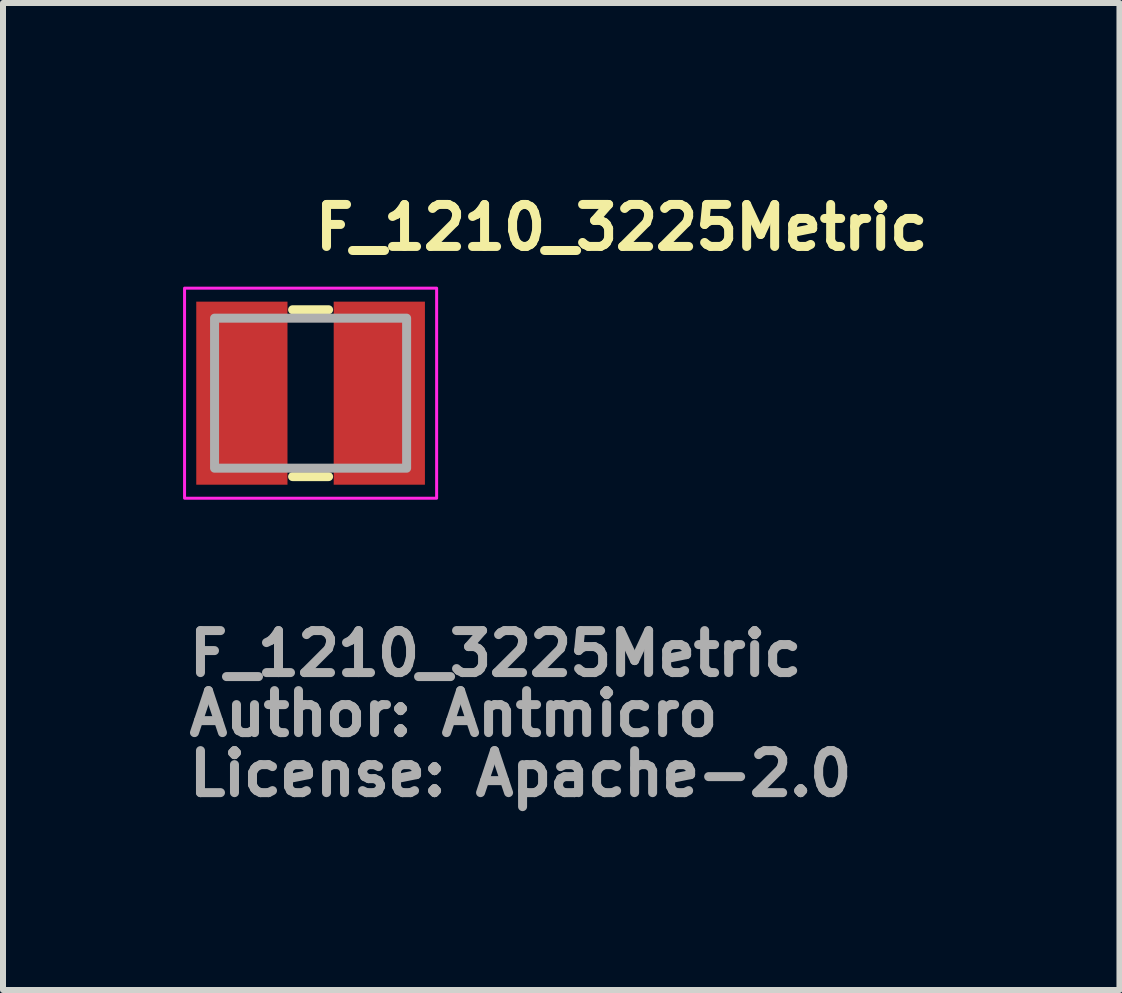
<source format=kicad_pcb>
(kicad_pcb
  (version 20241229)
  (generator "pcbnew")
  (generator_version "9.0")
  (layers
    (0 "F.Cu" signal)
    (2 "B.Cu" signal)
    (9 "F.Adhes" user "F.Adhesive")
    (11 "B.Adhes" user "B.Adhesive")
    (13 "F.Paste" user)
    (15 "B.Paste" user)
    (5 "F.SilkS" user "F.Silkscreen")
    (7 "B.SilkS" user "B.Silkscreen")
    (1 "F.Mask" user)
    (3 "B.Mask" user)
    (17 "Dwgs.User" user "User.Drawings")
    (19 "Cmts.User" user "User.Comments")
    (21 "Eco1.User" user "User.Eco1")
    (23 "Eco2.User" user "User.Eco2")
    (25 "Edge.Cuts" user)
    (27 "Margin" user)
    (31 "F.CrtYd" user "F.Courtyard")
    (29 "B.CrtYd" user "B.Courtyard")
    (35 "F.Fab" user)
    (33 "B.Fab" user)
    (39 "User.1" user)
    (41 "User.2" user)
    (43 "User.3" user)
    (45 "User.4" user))
  (footprint "F_1210_3225Metric"
    (layer "F.Cu")
    (at 2.125 3.501)
    (property "Reference" "F_1210_3225Metric" (at 0 -2.351 0) (layer "F.SilkS") (effects (font (size 0.7 0.7) (thickness 0.15)) (justify left bottom)))
    (attr smd)
    (fp_line (start -0.3 -1.39) (end 0.3 -1.39) (stroke (width 0.15) (type solid)) (layer "F.SilkS"))
    (fp_line (start -0.3 1.39) (end 0.3 1.39) (stroke (width 0.15) (type solid)) (layer "F.SilkS"))
    (fp_rect (start -2.1 -1.75) (end 2.1 1.75) (stroke (width 0.05) (type solid)) (fill no) (layer "F.CrtYd"))
    (fp_rect (start -1.6 -1.25) (end 1.6 1.25) (stroke (width 0.15) (type solid)) (fill no) (layer "F.Fab"))
    (fp_rect (start -1.6 -1.25) (end 1.6 1.25) (stroke (width 0.1) (type solid)) (fill no) (layer "User.5"))
    (fp_line (start -1.601 -1.246) (end -1.601 -1.244) (stroke (width 0.02) (type solid)) (layer "User.9"))
    (fp_line (start -1.601 -1.244) (end -1.601 -1.244) (stroke (width 0.02) (type solid)) (layer "User.9"))
    (fp_line (start -1.601 -1.244) (end -1.601 -1.244) (stroke (width 0.02) (type solid)) (layer "User.9"))
    (fp_line (start -1.601 -1.244) (end -1.601 -1.244) (stroke (width 0.02) (type solid)) (layer "User.9"))
    (fp_line (start -1.601 -1.244) (end -1.601 -1.244) (stroke (width 0.02) (type solid)) (layer "User.9"))
    (fp_line (start -1.601 -1.244) (end -1.601 -1.242) (stroke (width 0.02) (type solid)) (layer "User.9"))
    (fp_line (start -1.601 -1.242) (end -1.601 -1.242) (stroke (width 0.02) (type solid)) (layer "User.9"))
    (fp_line (start -1.601 -1.242) (end -1.601 -1.242) (stroke (width 0.02) (type solid)) (layer "User.9"))
    (fp_line (start -1.601 -1.242) (end -1.601 -1.24) (stroke (width 0.02) (type solid)) (layer "User.9"))
    (fp_line (start -1.601 -1.24) (end -1.601 -1.24) (stroke (width 0.02) (type solid)) (layer "User.9"))
    (fp_line (start -1.601 -1.24) (end -1.601 -1.24) (stroke (width 0.02) (type solid)) (layer "User.9"))
    (fp_line (start -1.601 -1.24) (end -1.601 -1.24) (stroke (width 0.02) (type solid)) (layer "User.9"))
    (fp_line (start -1.601 -1.24) (end -1.601 -1.24) (stroke (width 0.02) (type solid)) (layer "User.9"))
    (fp_line (start -1.601 -1.24) (end -1.601 -1.238) (stroke (width 0.02) (type solid)) (layer "User.9"))
    (fp_line (start -1.601 -1.24) (end -1.601 1.239) (stroke (width 0.02) (type solid)) (layer "User.9"))
    (fp_line (start -1.601 -1.238) (end -1.601 -1.238) (stroke (width 0.02) (type solid)) (layer "User.9"))
    (fp_line (start -1.601 -1.238) (end -1.601 -1.238) (stroke (width 0.02) (type solid)) (layer "User.9"))
    (fp_line (start -1.601 -1.238) (end -1.601 -1.238) (stroke (width 0.02) (type solid)) (layer "User.9"))
    (fp_line (start -1.601 -1.238) (end -1.601 -1.238) (stroke (width 0.02) (type solid)) (layer "User.9"))
    (fp_line (start -1.601 -1.238) (end -1.601 -1.236) (stroke (width 0.02) (type solid)) (layer "User.9"))
    (fp_line (start -1.601 -1.236) (end -1.599 -1.236) (stroke (width 0.02) (type solid)) (layer "User.9"))
    (fp_line (start -1.601 1.235) (end -1.601 1.235) (stroke (width 0.02) (type solid)) (layer "User.9"))
    (fp_line (start -1.601 1.235) (end -1.601 1.235) (stroke (width 0.02) (type solid)) (layer "User.9"))
    (fp_line (start -1.601 1.235) (end -1.601 1.237) (stroke (width 0.02) (type solid)) (layer "User.9"))
    (fp_line (start -1.601 1.237) (end -1.601 1.237) (stroke (width 0.02) (type solid)) (layer "User.9"))
    (fp_line (start -1.601 1.237) (end -1.601 1.237) (stroke (width 0.02) (type solid)) (layer "User.9"))
    (fp_line (start -1.601 1.237) (end -1.601 1.237) (stroke (width 0.02) (type solid)) (layer "User.9"))
    (fp_line (start -1.601 1.237) (end -1.601 1.237) (stroke (width 0.02) (type solid)) (layer "User.9"))
    (fp_line (start -1.601 1.237) (end -1.601 1.239) (stroke (width 0.02) (type solid)) (layer "User.9"))
    (fp_line (start -1.601 1.239) (end -1.601 1.239) (stroke (width 0.02) (type solid)) (layer "User.9"))
    (fp_line (start -1.601 1.239) (end -1.601 1.239) (stroke (width 0.02) (type solid)) (layer "User.9"))
    (fp_line (start -1.601 1.239) (end -1.601 1.239) (stroke (width 0.02) (type solid)) (layer "User.9"))
    (fp_line (start -1.601 1.239) (end -1.601 1.241) (stroke (width 0.02) (type solid)) (layer "User.9"))
    (fp_line (start -1.601 1.241) (end -1.601 1.241) (stroke (width 0.02) (type solid)) (layer "User.9"))
    (fp_line (start -1.601 1.241) (end -1.601 1.241) (stroke (width 0.02) (type solid)) (layer "User.9"))
    (fp_line (start -1.601 1.241) (end -1.601 1.241) (stroke (width 0.02) (type solid)) (layer "User.9"))
    (fp_line (start -1.601 1.241) (end -1.601 1.241) (stroke (width 0.02) (type solid)) (layer "User.9"))
    (fp_line (start -1.601 1.241) (end -1.601 1.243) (stroke (width 0.02) (type solid)) (layer "User.9"))
    (fp_line (start -1.601 1.243) (end -1.601 1.243) (stroke (width 0.02) (type solid)) (layer "User.9"))
    (fp_line (start -1.601 1.243) (end -1.601 1.243) (stroke (width 0.02) (type solid)) (layer "User.9"))
    (fp_line (start -1.601 1.243) (end -1.599 1.243) (stroke (width 0.02) (type solid)) (layer "User.9"))
    (fp_line (start -1.599 -1.248) (end -1.599 -1.248) (stroke (width 0.02) (type solid)) (layer "User.9"))
    (fp_line (start -1.599 -1.248) (end -1.599 -1.248) (stroke (width 0.02) (type solid)) (layer "User.9"))
    (fp_line (start -1.599 -1.248) (end -1.599 -1.246) (stroke (width 0.02) (type solid)) (layer "User.9"))
    (fp_line (start -1.599 -1.246) (end -1.601 -1.246) (stroke (width 0.02) (type solid)) (layer "User.9"))
    (fp_line (start -1.599 -1.246) (end -1.599 -1.246) (stroke (width 0.02) (type solid)) (layer "User.9"))
    (fp_line (start -1.599 -1.246) (end -1.599 -1.246) (stroke (width 0.02) (type solid)) (layer "User.9"))
    (fp_line (start -1.599 -1.246) (end -1.599 -1.246) (stroke (width 0.02) (type solid)) (layer "User.9"))
    (fp_line (start -1.599 -1.236) (end -1.599 -1.236) (stroke (width 0.02) (type solid)) (layer "User.9"))
    (fp_line (start -1.599 -1.236) (end -1.599 -1.236) (stroke (width 0.02) (type solid)) (layer "User.9"))
    (fp_line (start -1.599 -1.236) (end -1.599 -1.236) (stroke (width 0.02) (type solid)) (layer "User.9"))
    (fp_line (start -1.599 -1.236) (end -1.599 -1.234) (stroke (width 0.02) (type solid)) (layer "User.9"))
    (fp_line (start -1.599 -1.234) (end -1.599 -1.234) (stroke (width 0.02) (type solid)) (layer "User.9"))
    (fp_line (start -1.599 -1.234) (end -1.599 -1.234) (stroke (width 0.02) (type solid)) (layer "User.9"))
    (fp_line (start -1.599 -1.234) (end -1.597 -1.234) (stroke (width 0.02) (type solid)) (layer "User.9"))
    (fp_line (start -1.599 1.231) (end -1.599 1.233) (stroke (width 0.02) (type solid)) (layer "User.9"))
    (fp_line (start -1.599 1.233) (end -1.599 1.233) (stroke (width 0.02) (type solid)) (layer "User.9"))
    (fp_line (start -1.599 1.233) (end -1.599 1.233) (stroke (width 0.02) (type solid)) (layer "User.9"))
    (fp_line (start -1.599 1.233) (end -1.599 1.233) (stroke (width 0.02) (type solid)) (layer "User.9"))
    (fp_line (start -1.599 1.233) (end -1.599 1.233) (stroke (width 0.02) (type solid)) (layer "User.9"))
    (fp_line (start -1.599 1.233) (end -1.599 1.235) (stroke (width 0.02) (type solid)) (layer "User.9"))
    (fp_line (start -1.599 1.235) (end -1.601 1.235) (stroke (width 0.02) (type solid)) (layer "User.9"))
    (fp_line (start -1.599 1.243) (end -1.599 1.245) (stroke (width 0.02) (type solid)) (layer "User.9"))
    (fp_line (start -1.599 1.245) (end -1.599 1.245) (stroke (width 0.02) (type solid)) (layer "User.9"))
    (fp_line (start -1.599 1.245) (end -1.599 1.245) (stroke (width 0.02) (type solid)) (layer "User.9"))
    (fp_line (start -1.599 1.245) (end -1.599 1.245) (stroke (width 0.02) (type solid)) (layer "User.9"))
    (fp_line (start -1.599 1.245) (end -1.599 1.245) (stroke (width 0.02) (type solid)) (layer "User.9"))
    (fp_line (start -1.599 1.245) (end -1.599 1.247) (stroke (width 0.02) (type solid)) (layer "User.9"))
    (fp_line (start -1.599 1.247) (end -1.597 1.247) (stroke (width 0.02) (type solid)) (layer "User.9"))
    (fp_line (start -1.597 -1.25) (end -1.597 -1.25) (stroke (width 0.02) (type solid)) (layer "User.9"))
    (fp_line (start -1.597 -1.25) (end -1.597 -1.25) (stroke (width 0.02) (type solid)) (layer "User.9"))
    (fp_line (start -1.597 -1.25) (end -1.597 -1.248) (stroke (width 0.02) (type solid)) (layer "User.9"))
    (fp_line (start -1.597 -1.248) (end -1.599 -1.248) (stroke (width 0.02) (type solid)) (layer "User.9"))
    (fp_line (start -1.597 -1.248) (end -1.597 -1.248) (stroke (width 0.02) (type solid)) (layer "User.9"))
    (fp_line (start -1.597 -1.234) (end -1.597 -1.234) (stroke (width 0.02) (type solid)) (layer "User.9"))
    (fp_line (start -1.597 -1.234) (end -1.597 -1.232) (stroke (width 0.02) (type solid)) (layer "User.9"))
    (fp_line (start -1.597 -1.232) (end -1.597 -1.232) (stroke (width 0.02) (type solid)) (layer "User.9"))
    (fp_line (start -1.597 -1.232) (end -1.597 -1.232) (stroke (width 0.02) (type solid)) (layer "User.9"))
    (fp_line (start -1.597 -1.232) (end -1.595 -1.232) (stroke (width 0.02) (type solid)) (layer "User.9"))
    (fp_line (start -1.597 1.231) (end -1.599 1.231) (stroke (width 0.02) (type solid)) (layer "User.9"))
    (fp_line (start -1.597 1.231) (end -1.597 1.231) (stroke (width 0.02) (type solid)) (layer "User.9"))
    (fp_line (start -1.597 1.231) (end -1.597 1.231) (stroke (width 0.02) (type solid)) (layer "User.9"))
    (fp_line (start -1.597 1.231) (end -1.597 1.231) (stroke (width 0.02) (type solid)) (layer "User.9"))
    (fp_line (start -1.597 1.231) (end -1.597 1.231) (stroke (width 0.02) (type solid)) (layer "User.9"))
    (fp_line (start -1.597 1.247) (end -1.597 1.247) (stroke (width 0.02) (type solid)) (layer "User.9"))
    (fp_line (start -1.597 1.247) (end -1.597 1.247) (stroke (width 0.02) (type solid)) (layer "User.9"))
    (fp_line (start -1.597 1.247) (end -1.597 1.247) (stroke (width 0.02) (type solid)) (layer "User.9"))
    (fp_line (start -1.597 1.247) (end -1.597 1.247) (stroke (width 0.02) (type solid)) (layer "User.9"))
    (fp_line (start -1.597 1.247) (end -1.595 1.247) (stroke (width 0.02) (type solid)) (layer "User.9"))
    (fp_line (start -1.595 -1.25) (end -1.597 -1.25) (stroke (width 0.02) (type solid)) (layer "User.9"))
    (fp_line (start -1.595 -1.25) (end -1.595 -1.25) (stroke (width 0.02) (type solid)) (layer "User.9"))
    (fp_line (start -1.595 -1.25) (end -1.595 -1.25) (stroke (width 0.02) (type solid)) (layer "User.9"))
    (fp_line (start -1.595 -1.25) (end -1.595 -1.25) (stroke (width 0.02) (type solid)) (layer "User.9"))
    (fp_line (start -1.595 -1.232) (end -1.595 -1.232) (stroke (width 0.02) (type solid)) (layer "User.9"))
    (fp_line (start -1.595 -1.232) (end -1.595 -1.232) (stroke (width 0.02) (type solid)) (layer "User.9"))
    (fp_line (start -1.595 -1.232) (end -1.595 -1.232) (stroke (width 0.02) (type solid)) (layer "User.9"))
    (fp_line (start -1.595 -1.232) (end -1.593 -1.232) (stroke (width 0.02) (type solid)) (layer "User.9"))
    (fp_line (start -1.595 1.229) (end -1.595 1.229) (stroke (width 0.02) (type solid)) (layer "User.9"))
    (fp_line (start -1.595 1.229) (end -1.595 1.229) (stroke (width 0.02) (type solid)) (layer "User.9"))
    (fp_line (start -1.595 1.229) (end -1.595 1.231) (stroke (width 0.02) (type solid)) (layer "User.9"))
    (fp_line (start -1.595 1.231) (end -1.597 1.231) (stroke (width 0.02) (type solid)) (layer "User.9"))
    (fp_line (start -1.595 1.247) (end -1.595 1.249) (stroke (width 0.02) (type solid)) (layer "User.9"))
    (fp_line (start -1.595 1.249) (end -1.595 1.249) (stroke (width 0.02) (type solid)) (layer "User.9"))
    (fp_line (start -1.595 1.249) (end -1.595 1.249) (stroke (width 0.02) (type solid)) (layer "User.9"))
    (fp_line (start -1.595 1.249) (end -1.593 1.249) (stroke (width 0.02) (type solid)) (layer "User.9"))
    (fp_line (start -1.593 -1.25) (end -1.595 -1.25) (stroke (width 0.02) (type solid)) (layer "User.9"))
    (fp_line (start -1.593 -1.25) (end -1.593 -1.25) (stroke (width 0.02) (type solid)) (layer "User.9"))
    (fp_line (start -1.593 -1.25) (end -1.593 -1.25) (stroke (width 0.02) (type solid)) (layer "User.9"))
    (fp_line (start -1.593 -1.25) (end -1.593 -1.25) (stroke (width 0.02) (type solid)) (layer "User.9"))
    (fp_line (start -1.593 -1.25) (end -1.593 -1.25) (stroke (width 0.02) (type solid)) (layer "User.9"))
    (fp_line (start -1.593 -1.232) (end -1.593 -1.232) (stroke (width 0.02) (type solid)) (layer "User.9"))
    (fp_line (start -1.593 -1.232) (end -1.593 -1.232) (stroke (width 0.02) (type solid)) (layer "User.9"))
    (fp_line (start -1.593 -1.232) (end -1.593 -1.232) (stroke (width 0.02) (type solid)) (layer "User.9"))
    (fp_line (start -1.593 -1.232) (end -1.593 -1.232) (stroke (width 0.02) (type solid)) (layer "User.9"))
    (fp_line (start -1.593 -1.232) (end -1.591 -1.232) (stroke (width 0.02) (type solid)) (layer "User.9"))
    (fp_line (start -1.593 1.229) (end -1.595 1.229) (stroke (width 0.02) (type solid)) (layer "User.9"))
    (fp_line (start -1.593 1.229) (end -1.593 1.229) (stroke (width 0.02) (type solid)) (layer "User.9"))
    (fp_line (start -1.593 1.229) (end -1.593 1.229) (stroke (width 0.02) (type solid)) (layer "User.9"))
    (fp_line (start -1.593 1.229) (end -1.593 1.229) (stroke (width 0.02) (type solid)) (layer "User.9"))
    (fp_line (start -1.593 1.229) (end -1.593 1.229) (stroke (width 0.02) (type solid)) (layer "User.9"))
    (fp_line (start -1.593 1.249) (end -1.593 1.249) (stroke (width 0.02) (type solid)) (layer "User.9"))
    (fp_line (start -1.593 1.249) (end -1.593 1.249) (stroke (width 0.02) (type solid)) (layer "User.9"))
    (fp_line (start -1.593 1.249) (end -1.593 1.249) (stroke (width 0.02) (type solid)) (layer "User.9"))
    (fp_line (start -1.593 1.249) (end -1.593 1.249) (stroke (width 0.02) (type solid)) (layer "User.9"))
    (fp_line (start -1.593 1.249) (end -1.591 1.249) (stroke (width 0.02) (type solid)) (layer "User.9"))
    (fp_line (start -1.591 -1.25) (end -1.593 -1.25) (stroke (width 0.02) (type solid)) (layer "User.9"))
    (fp_line (start -1.591 -1.25) (end -1.591 -1.25) (stroke (width 0.02) (type solid)) (layer "User.9"))
    (fp_line (start -1.591 -1.25) (end -1.591 -1.25) (stroke (width 0.02) (type solid)) (layer "User.9"))
    (fp_line (start -1.591 -1.25) (end -1.591 -1.25) (stroke (width 0.02) (type solid)) (layer "User.9"))
    (fp_line (start -1.591 -1.232) (end -1.591 -1.23) (stroke (width 0.02) (type solid)) (layer "User.9"))
    (fp_line (start -1.591 -1.232) (end -1.589 -1.232) (stroke (width 0.02) (type solid)) (layer "User.9"))
    (fp_line (start -1.591 -1.23) (end -1.591 -1.232) (stroke (width 0.02) (type solid)) (layer "User.9"))
    (fp_line (start -1.591 -1.23) (end -1.591 -1.23) (stroke (width 0.02) (type solid)) (layer "User.9"))
    (fp_line (start -1.591 1.229) (end -1.593 1.229) (stroke (width 0.02) (type solid)) (layer "User.9"))
    (fp_line (start -1.591 1.229) (end -1.591 1.229) (stroke (width 0.02) (type solid)) (layer "User.9"))
    (fp_line (start -1.591 1.229) (end -1.591 1.229) (stroke (width 0.02) (type solid)) (layer "User.9"))
    (fp_line (start -1.591 1.229) (end -1.591 1.229) (stroke (width 0.02) (type solid)) (layer "User.9"))
    (fp_line (start -1.591 1.249) (end -1.591 1.249) (stroke (width 0.02) (type solid)) (layer "User.9"))
    (fp_line (start -1.591 1.249) (end -1.591 1.249) (stroke (width 0.02) (type solid)) (layer "User.9"))
    (fp_line (start -1.591 1.249) (end -1.591 1.249) (stroke (width 0.02) (type solid)) (layer "User.9"))
    (fp_line (start -1.591 1.249) (end -1.589 1.249) (stroke (width 0.02) (type solid)) (layer "User.9"))
    (fp_line (start -1.591 1.249) (end -0.85 1.249) (stroke (width 0.02) (type solid)) (layer "User.9"))
    (fp_line (start -1.589 -1.25) (end -1.591 -1.25) (stroke (width 0.02) (type solid)) (layer "User.9"))
    (fp_line (start -1.589 -1.25) (end -1.589 -1.25) (stroke (width 0.02) (type solid)) (layer "User.9"))
    (fp_line (start -1.589 -1.25) (end -1.589 -1.25) (stroke (width 0.02) (type solid)) (layer "User.9"))
    (fp_line (start -1.589 -1.25) (end -1.589 -1.25) (stroke (width 0.02) (type solid)) (layer "User.9"))
    (fp_line (start -1.589 -1.25) (end -1.589 -1.25) (stroke (width 0.02) (type solid)) (layer "User.9"))
    (fp_line (start -1.589 -1.232) (end -1.589 -1.232) (stroke (width 0.02) (type solid)) (layer "User.9"))
    (fp_line (start -1.589 -1.232) (end -1.589 -1.232) (stroke (width 0.02) (type solid)) (layer "User.9"))
    (fp_line (start -1.589 -1.232) (end -1.589 -1.232) (stroke (width 0.02) (type solid)) (layer "User.9"))
    (fp_line (start -1.589 -1.232) (end -1.589 -1.232) (stroke (width 0.02) (type solid)) (layer "User.9"))
    (fp_line (start -1.589 -1.232) (end -1.587 -1.232) (stroke (width 0.02) (type solid)) (layer "User.9"))
    (fp_line (start -1.589 1.229) (end -1.591 1.229) (stroke (width 0.02) (type solid)) (layer "User.9"))
    (fp_line (start -1.589 1.229) (end -1.589 1.229) (stroke (width 0.02) (type solid)) (layer "User.9"))
    (fp_line (start -1.589 1.229) (end -1.589 1.229) (stroke (width 0.02) (type solid)) (layer "User.9"))
    (fp_line (start -1.589 1.229) (end -1.589 1.229) (stroke (width 0.02) (type solid)) (layer "User.9"))
    (fp_line (start -1.589 1.229) (end -1.589 1.229) (stroke (width 0.02) (type solid)) (layer "User.9"))
    (fp_line (start -1.589 1.249) (end -1.589 1.249) (stroke (width 0.02) (type solid)) (layer "User.9"))
    (fp_line (start -1.589 1.249) (end -1.589 1.249) (stroke (width 0.02) (type solid)) (layer "User.9"))
    (fp_line (start -1.589 1.249) (end -1.589 1.249) (stroke (width 0.02) (type solid)) (layer "User.9"))
    (fp_line (start -1.589 1.249) (end -1.589 1.249) (stroke (width 0.02) (type solid)) (layer "User.9"))
    (fp_line (start -1.589 1.249) (end -1.587 1.249) (stroke (width 0.02) (type solid)) (layer "User.9"))
    (fp_line (start -1.587 -1.25) (end -1.589 -1.25) (stroke (width 0.02) (type solid)) (layer "User.9"))
    (fp_line (start -1.587 -1.25) (end -1.587 -1.25) (stroke (width 0.02) (type solid)) (layer "User.9"))
    (fp_line (start -1.587 -1.25) (end -1.587 -1.25) (stroke (width 0.02) (type solid)) (layer "User.9"))
    (fp_line (start -1.587 -1.25) (end -1.587 -1.25) (stroke (width 0.02) (type solid)) (layer "User.9"))
    (fp_line (start -1.587 -1.232) (end -1.587 -1.232) (stroke (width 0.02) (type solid)) (layer "User.9"))
    (fp_line (start -1.587 -1.232) (end -1.587 -1.232) (stroke (width 0.02) (type solid)) (layer "User.9"))
    (fp_line (start -1.587 -1.232) (end -1.587 -1.232) (stroke (width 0.02) (type solid)) (layer "User.9"))
    (fp_line (start -1.587 -1.232) (end -1.585 -1.232) (stroke (width 0.02) (type solid)) (layer "User.9"))
    (fp_line (start -1.587 1.229) (end -1.589 1.229) (stroke (width 0.02) (type solid)) (layer "User.9"))
    (fp_line (start -1.587 1.229) (end -1.587 1.229) (stroke (width 0.02) (type solid)) (layer "User.9"))
    (fp_line (start -1.587 1.229) (end -1.587 1.229) (stroke (width 0.02) (type solid)) (layer "User.9"))
    (fp_line (start -1.587 1.231) (end -1.587 1.229) (stroke (width 0.02) (type solid)) (layer "User.9"))
    (fp_line (start -1.587 1.247) (end -1.585 1.247) (stroke (width 0.02) (type solid)) (layer "User.9"))
    (fp_line (start -1.587 1.249) (end -1.587 1.247) (stroke (width 0.02) (type solid)) (layer "User.9"))
    (fp_line (start -1.587 1.249) (end -1.587 1.249) (stroke (width 0.02) (type solid)) (layer "User.9"))
    (fp_line (start -1.587 1.249) (end -1.587 1.249) (stroke (width 0.02) (type solid)) (layer "User.9"))
    (fp_line (start -1.585 -1.25) (end -1.587 -1.25) (stroke (width 0.02) (type solid)) (layer "User.9"))
    (fp_line (start -1.585 -1.25) (end -1.585 -1.25) (stroke (width 0.02) (type solid)) (layer "User.9"))
    (fp_line (start -1.585 -1.25) (end -1.585 -1.25) (stroke (width 0.02) (type solid)) (layer "User.9"))
    (fp_line (start -1.585 -1.248) (end -1.585 -1.25) (stroke (width 0.02) (type solid)) (layer "User.9"))
    (fp_line (start -1.585 -1.248) (end -1.585 -1.248) (stroke (width 0.02) (type solid)) (layer "User.9"))
    (fp_line (start -1.585 -1.234) (end -1.585 -1.234) (stroke (width 0.02) (type solid)) (layer "User.9"))
    (fp_line (start -1.585 -1.234) (end -1.583 -1.234) (stroke (width 0.02) (type solid)) (layer "User.9"))
    (fp_line (start -1.585 -1.232) (end -1.585 -1.234) (stroke (width 0.02) (type solid)) (layer "User.9"))
    (fp_line (start -1.585 -1.232) (end -1.585 -1.232) (stroke (width 0.02) (type solid)) (layer "User.9"))
    (fp_line (start -1.585 -1.232) (end -1.585 -1.232) (stroke (width 0.02) (type solid)) (layer "User.9"))
    (fp_line (start -1.585 1.231) (end -1.587 1.231) (stroke (width 0.02) (type solid)) (layer "User.9"))
    (fp_line (start -1.585 1.231) (end -1.585 1.231) (stroke (width 0.02) (type solid)) (layer "User.9"))
    (fp_line (start -1.585 1.231) (end -1.585 1.231) (stroke (width 0.02) (type solid)) (layer "User.9"))
    (fp_line (start -1.585 1.231) (end -1.585 1.231) (stroke (width 0.02) (type solid)) (layer "User.9"))
    (fp_line (start -1.585 1.231) (end -1.585 1.231) (stroke (width 0.02) (type solid)) (layer "User.9"))
    (fp_line (start -1.585 1.247) (end -1.585 1.247) (stroke (width 0.02) (type solid)) (layer "User.9"))
    (fp_line (start -1.585 1.247) (end -1.585 1.247) (stroke (width 0.02) (type solid)) (layer "User.9"))
    (fp_line (start -1.585 1.247) (end -1.585 1.247) (stroke (width 0.02) (type solid)) (layer "User.9"))
    (fp_line (start -1.585 1.247) (end -1.585 1.247) (stroke (width 0.02) (type solid)) (layer "User.9"))
    (fp_line (start -1.585 1.247) (end -1.583 1.247) (stroke (width 0.02) (type solid)) (layer "User.9"))
    (fp_line (start -1.583 -1.248) (end -1.585 -1.248) (stroke (width 0.02) (type solid)) (layer "User.9"))
    (fp_line (start -1.583 -1.248) (end -1.583 -1.248) (stroke (width 0.02) (type solid)) (layer "User.9"))
    (fp_line (start -1.583 -1.248) (end -1.583 -1.248) (stroke (width 0.02) (type solid)) (layer "User.9"))
    (fp_line (start -1.583 -1.246) (end -1.583 -1.248) (stroke (width 0.02) (type solid)) (layer "User.9"))
    (fp_line (start -1.583 -1.246) (end -1.583 -1.246) (stroke (width 0.02) (type solid)) (layer "User.9"))
    (fp_line (start -1.583 -1.246) (end -1.583 -1.246) (stroke (width 0.02) (type solid)) (layer "User.9"))
    (fp_line (start -1.583 -1.246) (end -1.583 -1.246) (stroke (width 0.02) (type solid)) (layer "User.9"))
    (fp_line (start -1.583 -1.236) (end -1.583 -1.236) (stroke (width 0.02) (type solid)) (layer "User.9"))
    (fp_line (start -1.583 -1.236) (end -1.583 -1.236) (stroke (width 0.02) (type solid)) (layer "User.9"))
    (fp_line (start -1.583 -1.236) (end -1.583 -1.236) (stroke (width 0.02) (type solid)) (layer "User.9"))
    (fp_line (start -1.583 -1.236) (end -1.581 -1.236) (stroke (width 0.02) (type solid)) (layer "User.9"))
    (fp_line (start -1.583 -1.234) (end -1.583 -1.236) (stroke (width 0.02) (type solid)) (layer "User.9"))
    (fp_line (start -1.583 -1.234) (end -1.583 -1.234) (stroke (width 0.02) (type solid)) (layer "User.9"))
    (fp_line (start -1.583 -1.234) (end -1.583 -1.234) (stroke (width 0.02) (type solid)) (layer "User.9"))
    (fp_line (start -1.583 1.231) (end -1.585 1.231) (stroke (width 0.02) (type solid)) (layer "User.9"))
    (fp_line (start -1.583 1.233) (end -1.583 1.231) (stroke (width 0.02) (type solid)) (layer "User.9"))
    (fp_line (start -1.583 1.233) (end -1.583 1.233) (stroke (width 0.02) (type solid)) (layer "User.9"))
    (fp_line (start -1.583 1.233) (end -1.583 1.233) (stroke (width 0.02) (type solid)) (layer "User.9"))
    (fp_line (start -1.583 1.233) (end -1.583 1.233) (stroke (width 0.02) (type solid)) (layer "User.9"))
    (fp_line (start -1.583 1.233) (end -1.583 1.233) (stroke (width 0.02) (type solid)) (layer "User.9"))
    (fp_line (start -1.583 1.235) (end -1.583 1.233) (stroke (width 0.02) (type solid)) (layer "User.9"))
    (fp_line (start -1.583 1.243) (end -1.581 1.243) (stroke (width 0.02) (type solid)) (layer "User.9"))
    (fp_line (start -1.583 1.245) (end -1.583 1.243) (stroke (width 0.02) (type solid)) (layer "User.9"))
    (fp_line (start -1.583 1.245) (end -1.583 1.245) (stroke (width 0.02) (type solid)) (layer "User.9"))
    (fp_line (start -1.583 1.245) (end -1.583 1.245) (stroke (width 0.02) (type solid)) (layer "User.9"))
    (fp_line (start -1.583 1.245) (end -1.583 1.245) (stroke (width 0.02) (type solid)) (layer "User.9"))
    (fp_line (start -1.583 1.245) (end -1.583 1.245) (stroke (width 0.02) (type solid)) (layer "User.9"))
    (fp_line (start -1.583 1.247) (end -1.583 1.245) (stroke (width 0.02) (type solid)) (layer "User.9"))
    (fp_line (start -1.581 -1.246) (end -1.583 -1.246) (stroke (width 0.02) (type solid)) (layer "User.9"))
    (fp_line (start -1.581 -1.244) (end -1.581 -1.246) (stroke (width 0.02) (type solid)) (layer "User.9"))
    (fp_line (start -1.581 -1.244) (end -1.581 -1.244) (stroke (width 0.02) (type solid)) (layer "User.9"))
    (fp_line (start -1.581 -1.244) (end -1.581 -1.244) (stroke (width 0.02) (type solid)) (layer "User.9"))
    (fp_line (start -1.581 -1.244) (end -1.581 -1.244) (stroke (width 0.02) (type solid)) (layer "User.9"))
    (fp_line (start -1.581 -1.244) (end -1.581 -1.244) (stroke (width 0.02) (type solid)) (layer "User.9"))
    (fp_line (start -1.581 -1.242) (end -1.581 -1.244) (stroke (width 0.02) (type solid)) (layer "User.9"))
    (fp_line (start -1.581 -1.242) (end -1.581 -1.242) (stroke (width 0.02) (type solid)) (layer "User.9"))
    (fp_line (start -1.581 -1.242) (end -1.581 -1.242) (stroke (width 0.02) (type solid)) (layer "User.9"))
    (fp_line (start -1.581 -1.24) (end -1.581 -1.242) (stroke (width 0.02) (type solid)) (layer "User.9"))
    (fp_line (start -1.581 -1.24) (end -1.581 -1.24) (stroke (width 0.02) (type solid)) (layer "User.9"))
    (fp_line (start -1.581 -1.24) (end -1.581 -1.24) (stroke (width 0.02) (type solid)) (layer "User.9"))
    (fp_line (start -1.581 -1.24) (end -1.581 -1.24) (stroke (width 0.02) (type solid)) (layer "User.9"))
    (fp_line (start -1.581 -1.24) (end -1.581 -1.24) (stroke (width 0.02) (type solid)) (layer "User.9"))
    (fp_line (start -1.581 -1.24) (end -1.581 -1.24) (stroke (width 0.02) (type solid)) (layer "User.9"))
    (fp_line (start -1.581 -1.238) (end -1.581 -1.24) (stroke (width 0.02) (type solid)) (layer "User.9"))
    (fp_line (start -1.581 -1.238) (end -1.581 -1.238) (stroke (width 0.02) (type solid)) (layer "User.9"))
    (fp_line (start -1.581 -1.238) (end -1.581 -1.238) (stroke (width 0.02) (type solid)) (layer "User.9"))
    (fp_line (start -1.581 -1.238) (end -1.581 -1.238) (stroke (width 0.02) (type solid)) (layer "User.9"))
    (fp_line (start -1.581 -1.238) (end -1.581 -1.238) (stroke (width 0.02) (type solid)) (layer "User.9"))
    (fp_line (start -1.581 -1.236) (end -1.581 -1.238) (stroke (width 0.02) (type solid)) (layer "User.9"))
    (fp_line (start -1.581 1.235) (end -1.583 1.235) (stroke (width 0.02) (type solid)) (layer "User.9"))
    (fp_line (start -1.581 1.235) (end -1.581 1.235) (stroke (width 0.02) (type solid)) (layer "User.9"))
    (fp_line (start -1.581 1.235) (end -1.581 1.235) (stroke (width 0.02) (type solid)) (layer "User.9"))
    (fp_line (start -1.581 1.237) (end -1.581 1.235) (stroke (width 0.02) (type solid)) (layer "User.9"))
    (fp_line (start -1.581 1.237) (end -1.581 1.237) (stroke (width 0.02) (type solid)) (layer "User.9"))
    (fp_line (start -1.581 1.237) (end -1.581 1.237) (stroke (width 0.02) (type solid)) (layer "User.9"))
    (fp_line (start -1.581 1.237) (end -1.581 1.237) (stroke (width 0.02) (type solid)) (layer "User.9"))
    (fp_line (start -1.581 1.237) (end -1.581 1.237) (stroke (width 0.02) (type solid)) (layer "User.9"))
    (fp_line (start -1.581 1.239) (end -1.581 1.237) (stroke (width 0.02) (type solid)) (layer "User.9"))
    (fp_line (start -1.581 1.239) (end -1.581 1.239) (stroke (width 0.02) (type solid)) (layer "User.9"))
    (fp_line (start -1.581 1.239) (end -1.581 1.239) (stroke (width 0.02) (type solid)) (layer "User.9"))
    (fp_line (start -1.581 1.239) (end -1.581 1.239) (stroke (width 0.02) (type solid)) (layer "User.9"))
    (fp_line (start -1.581 1.239) (end -1.581 1.239) (stroke (width 0.02) (type solid)) (layer "User.9"))
    (fp_line (start -1.581 1.241) (end -1.581 1.239) (stroke (width 0.02) (type solid)) (layer "User.9"))
    (fp_line (start -1.581 1.241) (end -1.581 1.241) (stroke (width 0.02) (type solid)) (layer "User.9"))
    (fp_line (start -1.581 1.241) (end -1.581 1.241) (stroke (width 0.02) (type solid)) (layer "User.9"))
    (fp_line (start -1.581 1.241) (end -1.581 1.241) (stroke (width 0.02) (type solid)) (layer "User.9"))
    (fp_line (start -1.581 1.241) (end -1.581 1.241) (stroke (width 0.02) (type solid)) (layer "User.9"))
    (fp_line (start -1.581 1.243) (end -1.581 1.241) (stroke (width 0.02) (type solid)) (layer "User.9"))
    (fp_line (start -1.581 1.243) (end -1.581 1.243) (stroke (width 0.02) (type solid)) (layer "User.9"))
    (fp_line (start -1.581 1.243) (end -1.581 1.243) (stroke (width 0.02) (type solid)) (layer "User.9"))
    (fp_line (start -0.85 -1.25) (end -1.591 -1.25) (stroke (width 0.02) (type solid)) (layer "User.9"))
    (fp_line (start -0.85 -1.24) (end -0.85 -1.25) (stroke (width 0.02) (type solid)) (layer "User.9"))
    (fp_line (start -0.85 1.233) (end 0.848 1.233) (stroke (width 0.02) (type solid)) (layer "User.9"))
    (fp_line (start -0.85 1.239) (end -0.85 -1.24) (stroke (width 0.02) (type solid)) (layer "User.9"))
    (fp_line (start -0.85 1.249) (end -0.85 1.239) (stroke (width 0.02) (type solid)) (layer "User.9"))
    (fp_line (start 0.848 -1.25) (end 0.848 -1.24) (stroke (width 0.02) (type solid)) (layer "User.9"))
    (fp_line (start 0.848 -1.24) (end 0.848 1.239) (stroke (width 0.02) (type solid)) (layer "User.9"))
    (fp_line (start 0.848 -1.236) (end -0.85 -1.236) (stroke (width 0.02) (type solid)) (layer "User.9"))
    (fp_line (start 0.848 1.239) (end 0.848 1.249) (stroke (width 0.02) (type solid)) (layer "User.9"))
    (fp_line (start 0.848 1.249) (end 1.59 1.249) (stroke (width 0.02) (type solid)) (layer "User.9"))
    (fp_line (start 1.58 -1.246) (end 1.58 -1.246) (stroke (width 0.02) (type solid)) (layer "User.9"))
    (fp_line (start 1.58 -1.246) (end 1.58 -1.246) (stroke (width 0.02) (type solid)) (layer "User.9"))
    (fp_line (start 1.58 -1.246) (end 1.58 -1.246) (stroke (width 0.02) (type solid)) (layer "User.9"))
    (fp_line (start 1.58 -1.246) (end 1.58 -1.246) (stroke (width 0.02) (type solid)) (layer "User.9"))
    (fp_line (start 1.58 -1.246) (end 1.58 -1.244) (stroke (width 0.02) (type solid)) (layer "User.9"))
    (fp_line (start 1.58 -1.244) (end 1.58 -1.244) (stroke (width 0.02) (type solid)) (layer "User.9"))
    (fp_line (start 1.58 -1.244) (end 1.58 -1.244) (stroke (width 0.02) (type solid)) (layer "User.9"))
    (fp_line (start 1.58 -1.244) (end 1.58 -1.244) (stroke (width 0.02) (type solid)) (layer "User.9"))
    (fp_line (start 1.58 -1.244) (end 1.58 -1.244) (stroke (width 0.02) (type solid)) (layer "User.9"))
    (fp_line (start 1.58 -1.244) (end 1.58 -1.242) (stroke (width 0.02) (type solid)) (layer "User.9"))
    (fp_line (start 1.58 -1.242) (end 1.58 -1.242) (stroke (width 0.02) (type solid)) (layer "User.9"))
    (fp_line (start 1.58 -1.242) (end 1.58 -1.242) (stroke (width 0.02) (type solid)) (layer "User.9"))
    (fp_line (start 1.58 -1.242) (end 1.58 -1.24) (stroke (width 0.02) (type solid)) (layer "User.9"))
    (fp_line (start 1.58 -1.24) (end 1.58 -1.24) (stroke (width 0.02) (type solid)) (layer "User.9"))
    (fp_line (start 1.58 -1.24) (end 1.58 -1.24) (stroke (width 0.02) (type solid)) (layer "User.9"))
    (fp_line (start 1.58 -1.24) (end 1.58 -1.24) (stroke (width 0.02) (type solid)) (layer "User.9"))
    (fp_line (start 1.58 -1.24) (end 1.58 -1.24) (stroke (width 0.02) (type solid)) (layer "User.9"))
    (fp_line (start 1.58 -1.24) (end 1.58 -1.238) (stroke (width 0.02) (type solid)) (layer "User.9"))
    (fp_line (start 1.58 -1.238) (end 1.58 -1.238) (stroke (width 0.02) (type solid)) (layer "User.9"))
    (fp_line (start 1.58 -1.238) (end 1.58 -1.238) (stroke (width 0.02) (type solid)) (layer "User.9"))
    (fp_line (start 1.58 -1.238) (end 1.58 -1.238) (stroke (width 0.02) (type solid)) (layer "User.9"))
    (fp_line (start 1.58 -1.238) (end 1.58 -1.238) (stroke (width 0.02) (type solid)) (layer "User.9"))
    (fp_line (start 1.58 -1.238) (end 1.58 -1.236) (stroke (width 0.02) (type solid)) (layer "User.9"))
    (fp_line (start 1.58 -1.236) (end 1.58 -1.236) (stroke (width 0.02) (type solid)) (layer "User.9"))
    (fp_line (start 1.58 -1.236) (end 1.58 -1.236) (stroke (width 0.02) (type solid)) (layer "User.9"))
    (fp_line (start 1.58 -1.236) (end 1.58 -1.236) (stroke (width 0.02) (type solid)) (layer "User.9"))
    (fp_line (start 1.58 -1.236) (end 1.58 -1.236) (stroke (width 0.02) (type solid)) (layer "User.9"))
    (fp_line (start 1.58 -1.236) (end 1.582 -1.234) (stroke (width 0.02) (type solid)) (layer "User.9"))
    (fp_line (start 1.58 1.233) (end 1.58 1.233) (stroke (width 0.02) (type solid)) (layer "User.9"))
    (fp_line (start 1.58 1.233) (end 1.58 1.233) (stroke (width 0.02) (type solid)) (layer "User.9"))
    (fp_line (start 1.58 1.233) (end 1.58 1.235) (stroke (width 0.02) (type solid)) (layer "User.9"))
    (fp_line (start 1.58 1.235) (end 1.58 1.235) (stroke (width 0.02) (type solid)) (layer "User.9"))
    (fp_line (start 1.58 1.235) (end 1.58 1.235) (stroke (width 0.02) (type solid)) (layer "User.9"))
    (fp_line (start 1.58 1.235) (end 1.58 1.235) (stroke (width 0.02) (type solid)) (layer "User.9"))
    (fp_line (start 1.58 1.235) (end 1.58 1.237) (stroke (width 0.02) (type solid)) (layer "User.9"))
    (fp_line (start 1.58 1.237) (end 1.58 1.237) (stroke (width 0.02) (type solid)) (layer "User.9"))
    (fp_line (start 1.58 1.237) (end 1.58 1.237) (stroke (width 0.02) (type solid)) (layer "User.9"))
    (fp_line (start 1.58 1.237) (end 1.58 1.237) (stroke (width 0.02) (type solid)) (layer "User.9"))
    (fp_line (start 1.58 1.237) (end 1.58 1.237) (stroke (width 0.02) (type solid)) (layer "User.9"))
    (fp_line (start 1.58 1.237) (end 1.58 1.239) (stroke (width 0.02) (type solid)) (layer "User.9"))
    (fp_line (start 1.58 1.239) (end 1.58 1.239) (stroke (width 0.02) (type solid)) (layer "User.9"))
    (fp_line (start 1.58 1.239) (end 1.58 1.239) (stroke (width 0.02) (type solid)) (layer "User.9"))
    (fp_line (start 1.58 1.239) (end 1.58 1.239) (stroke (width 0.02) (type solid)) (layer "User.9"))
    (fp_line (start 1.58 1.239) (end 1.58 1.241) (stroke (width 0.02) (type solid)) (layer "User.9"))
    (fp_line (start 1.58 1.241) (end 1.58 1.241) (stroke (width 0.02) (type solid)) (layer "User.9"))
    (fp_line (start 1.58 1.241) (end 1.58 1.241) (stroke (width 0.02) (type solid)) (layer "User.9"))
    (fp_line (start 1.58 1.241) (end 1.58 1.241) (stroke (width 0.02) (type solid)) (layer "User.9"))
    (fp_line (start 1.58 1.241) (end 1.58 1.241) (stroke (width 0.02) (type solid)) (layer "User.9"))
    (fp_line (start 1.58 1.241) (end 1.58 1.243) (stroke (width 0.02) (type solid)) (layer "User.9"))
    (fp_line (start 1.58 1.243) (end 1.58 1.243) (stroke (width 0.02) (type solid)) (layer "User.9"))
    (fp_line (start 1.58 1.243) (end 1.58 1.243) (stroke (width 0.02) (type solid)) (layer "User.9"))
    (fp_line (start 1.58 1.243) (end 1.58 1.243) (stroke (width 0.02) (type solid)) (layer "User.9"))
    (fp_line (start 1.58 1.243) (end 1.58 1.245) (stroke (width 0.02) (type solid)) (layer "User.9"))
    (fp_line (start 1.58 1.245) (end 1.58 1.245) (stroke (width 0.02) (type solid)) (layer "User.9"))
    (fp_line (start 1.58 1.245) (end 1.58 1.245) (stroke (width 0.02) (type solid)) (layer "User.9"))
    (fp_line (start 1.58 1.245) (end 1.582 1.245) (stroke (width 0.02) (type solid)) (layer "User.9"))
    (fp_line (start 1.582 -1.248) (end 1.58 -1.246) (stroke (width 0.02) (type solid)) (layer "User.9"))
    (fp_line (start 1.582 -1.248) (end 1.582 -1.248) (stroke (width 0.02) (type solid)) (layer "User.9"))
    (fp_line (start 1.582 -1.248) (end 1.582 -1.248) (stroke (width 0.02) (type solid)) (layer "User.9"))
    (fp_line (start 1.582 -1.248) (end 1.582 -1.248) (stroke (width 0.02) (type solid)) (layer "User.9"))
    (fp_line (start 1.582 -1.248) (end 1.582 -1.248) (stroke (width 0.02) (type solid)) (layer "User.9"))
    (fp_line (start 1.582 -1.234) (end 1.582 -1.234) (stroke (width 0.02) (type solid)) (layer "User.9"))
    (fp_line (start 1.582 -1.234) (end 1.582 -1.234) (stroke (width 0.02) (type solid)) (layer "User.9"))
    (fp_line (start 1.582 -1.234) (end 1.582 -1.234) (stroke (width 0.02) (type solid)) (layer "User.9"))
    (fp_line (start 1.582 -1.234) (end 1.582 -1.234) (stroke (width 0.02) (type solid)) (layer "User.9"))
    (fp_line (start 1.582 -1.234) (end 1.584 -1.232) (stroke (width 0.02) (type solid)) (layer "User.9"))
    (fp_line (start 1.582 1.231) (end 1.582 1.231) (stroke (width 0.02) (type solid)) (layer "User.9"))
    (fp_line (start 1.582 1.231) (end 1.582 1.231) (stroke (width 0.02) (type solid)) (layer "User.9"))
    (fp_line (start 1.582 1.231) (end 1.582 1.233) (stroke (width 0.02) (type solid)) (layer "User.9"))
    (fp_line (start 1.582 1.233) (end 1.58 1.233) (stroke (width 0.02) (type solid)) (layer "User.9"))
    (fp_line (start 1.582 1.233) (end 1.582 1.233) (stroke (width 0.02) (type solid)) (layer "User.9"))
    (fp_line (start 1.582 1.245) (end 1.582 1.245) (stroke (width 0.02) (type solid)) (layer "User.9"))
    (fp_line (start 1.582 1.245) (end 1.582 1.247) (stroke (width 0.02) (type solid)) (layer "User.9"))
    (fp_line (start 1.582 1.247) (end 1.582 1.247) (stroke (width 0.02) (type solid)) (layer "User.9"))
    (fp_line (start 1.582 1.247) (end 1.582 1.247) (stroke (width 0.02) (type solid)) (layer "User.9"))
    (fp_line (start 1.582 1.247) (end 1.584 1.247) (stroke (width 0.02) (type solid)) (layer "User.9"))
    (fp_line (start 1.584 -1.25) (end 1.582 -1.248) (stroke (width 0.02) (type solid)) (layer "User.9"))
    (fp_line (start 1.584 -1.25) (end 1.584 -1.25) (stroke (width 0.02) (type solid)) (layer "User.9"))
    (fp_line (start 1.584 -1.25) (end 1.584 -1.25) (stroke (width 0.02) (type solid)) (layer "User.9"))
    (fp_line (start 1.584 -1.25) (end 1.584 -1.25) (stroke (width 0.02) (type solid)) (layer "User.9"))
    (fp_line (start 1.584 -1.25) (end 1.584 -1.25) (stroke (width 0.02) (type solid)) (layer "User.9"))
    (fp_line (start 1.584 -1.232) (end 1.584 -1.232) (stroke (width 0.02) (type solid)) (layer "User.9"))
    (fp_line (start 1.584 -1.232) (end 1.584 -1.232) (stroke (width 0.02) (type solid)) (layer "User.9"))
    (fp_line (start 1.584 -1.232) (end 1.584 -1.232) (stroke (width 0.02) (type solid)) (layer "User.9"))
    (fp_line (start 1.584 -1.232) (end 1.584 -1.232) (stroke (width 0.02) (type solid)) (layer "User.9"))
    (fp_line (start 1.584 -1.232) (end 1.586 -1.232) (stroke (width 0.02) (type solid)) (layer "User.9"))
    (fp_line (start 1.584 1.229) (end 1.584 1.231) (stroke (width 0.02) (type solid)) (layer "User.9"))
    (fp_line (start 1.584 1.231) (end 1.582 1.231) (stroke (width 0.02) (type solid)) (layer "User.9"))
    (fp_line (start 1.584 1.231) (end 1.584 1.231) (stroke (width 0.02) (type solid)) (layer "User.9"))
    (fp_line (start 1.584 1.231) (end 1.584 1.231) (stroke (width 0.02) (type solid)) (layer "User.9"))
    (fp_line (start 1.584 1.231) (end 1.584 1.231) (stroke (width 0.02) (type solid)) (layer "User.9"))
    (fp_line (start 1.584 1.247) (end 1.584 1.247) (stroke (width 0.02) (type solid)) (layer "User.9"))
    (fp_line (start 1.584 1.247) (end 1.584 1.247) (stroke (width 0.02) (type solid)) (layer "User.9"))
    (fp_line (start 1.584 1.247) (end 1.584 1.247) (stroke (width 0.02) (type solid)) (layer "User.9"))
    (fp_line (start 1.584 1.247) (end 1.584 1.249) (stroke (width 0.02) (type solid)) (layer "User.9"))
    (fp_line (start 1.584 1.249) (end 1.586 1.249) (stroke (width 0.02) (type solid)) (layer "User.9"))
    (fp_line (start 1.586 -1.25) (end 1.584 -1.25) (stroke (width 0.02) (type solid)) (layer "User.9"))
    (fp_line (start 1.586 -1.25) (end 1.586 -1.25) (stroke (width 0.02) (type solid)) (layer "User.9"))
    (fp_line (start 1.586 -1.25) (end 1.586 -1.25) (stroke (width 0.02) (type solid)) (layer "User.9"))
    (fp_line (start 1.586 -1.25) (end 1.586 -1.25) (stroke (width 0.02) (type solid)) (layer "User.9"))
    (fp_line (start 1.586 -1.25) (end 1.586 -1.25) (stroke (width 0.02) (type solid)) (layer "User.9"))
    (fp_line (start 1.586 -1.232) (end 1.586 -1.232) (stroke (width 0.02) (type solid)) (layer "User.9"))
    (fp_line (start 1.586 -1.232) (end 1.586 -1.232) (stroke (width 0.02) (type solid)) (layer "User.9"))
    (fp_line (start 1.586 -1.232) (end 1.586 -1.232) (stroke (width 0.02) (type solid)) (layer "User.9"))
    (fp_line (start 1.586 -1.232) (end 1.586 -1.232) (stroke (width 0.02) (type solid)) (layer "User.9"))
    (fp_line (start 1.586 -1.232) (end 1.588 -1.232) (stroke (width 0.02) (type solid)) (layer "User.9"))
    (fp_line (start 1.586 1.229) (end 1.584 1.229) (stroke (width 0.02) (type solid)) (layer "User.9"))
    (fp_line (start 1.586 1.229) (end 1.586 1.229) (stroke (width 0.02) (type solid)) (layer "User.9"))
    (fp_line (start 1.586 1.229) (end 1.586 1.229) (stroke (width 0.02) (type solid)) (layer "User.9"))
    (fp_line (start 1.586 1.229) (end 1.586 1.229) (stroke (width 0.02) (type solid)) (layer "User.9"))
    (fp_line (start 1.586 1.229) (end 1.586 1.229) (stroke (width 0.02) (type solid)) (layer "User.9"))
    (fp_line (start 1.586 1.249) (end 1.586 1.249) (stroke (width 0.02) (type solid)) (layer "User.9"))
    (fp_line (start 1.586 1.249) (end 1.586 1.249) (stroke (width 0.02) (type solid)) (layer "User.9"))
    (fp_line (start 1.586 1.249) (end 1.586 1.249) (stroke (width 0.02) (type solid)) (layer "User.9"))
    (fp_line (start 1.586 1.249) (end 1.586 1.249) (stroke (width 0.02) (type solid)) (layer "User.9"))
    (fp_line (start 1.586 1.249) (end 1.588 1.249) (stroke (width 0.02) (type solid)) (layer "User.9"))
    (fp_line (start 1.588 -1.25) (end 1.586 -1.25) (stroke (width 0.02) (type solid)) (layer "User.9"))
    (fp_line (start 1.588 -1.25) (end 1.588 -1.25) (stroke (width 0.02) (type solid)) (layer "User.9"))
    (fp_line (start 1.588 -1.25) (end 1.588 -1.25) (stroke (width 0.02) (type solid)) (layer "User.9"))
    (fp_line (start 1.588 -1.232) (end 1.588 -1.232) (stroke (width 0.02) (type solid)) (layer "User.9"))
    (fp_line (start 1.588 -1.232) (end 1.588 -1.232) (stroke (width 0.02) (type solid)) (layer "User.9"))
    (fp_line (start 1.588 -1.232) (end 1.59 -1.23) (stroke (width 0.02) (type solid)) (layer "User.9"))
    (fp_line (start 1.588 1.229) (end 1.586 1.229) (stroke (width 0.02) (type solid)) (layer "User.9"))
    (fp_line (start 1.588 1.229) (end 1.588 1.229) (stroke (width 0.02) (type solid)) (layer "User.9"))
    (fp_line (start 1.588 1.229) (end 1.588 1.229) (stroke (width 0.02) (type solid)) (layer "User.9"))
    (fp_line (start 1.588 1.249) (end 1.588 1.249) (stroke (width 0.02) (type solid)) (layer "User.9"))
    (fp_line (start 1.588 1.249) (end 1.588 1.249) (stroke (width 0.02) (type solid)) (layer "User.9"))
    (fp_line (start 1.588 1.249) (end 1.59 1.249) (stroke (width 0.02) (type solid)) (layer "User.9"))
    (fp_line (start 1.59 -1.25) (end 0.848 -1.25) (stroke (width 0.02) (type solid)) (layer "User.9"))
    (fp_line (start 1.59 -1.25) (end 1.588 -1.25) (stroke (width 0.02) (type solid)) (layer "User.9"))
    (fp_line (start 1.59 -1.25) (end 1.59 -1.25) (stroke (width 0.02) (type solid)) (layer "User.9"))
    (fp_line (start 1.59 -1.25) (end 1.59 -1.25) (stroke (width 0.02) (type solid)) (layer "User.9"))
    (fp_line (start 1.59 -1.25) (end 1.59 -1.25) (stroke (width 0.02) (type solid)) (layer "User.9"))
    (fp_line (start 1.59 -1.25) (end 1.59 -1.25) (stroke (width 0.02) (type solid)) (layer "User.9"))
    (fp_line (start 1.59 -1.232) (end 1.59 -1.232) (stroke (width 0.02) (type solid)) (layer "User.9"))
    (fp_line (start 1.59 -1.232) (end 1.59 -1.232) (stroke (width 0.02) (type solid)) (layer "User.9"))
    (fp_line (start 1.59 -1.232) (end 1.592 -1.232) (stroke (width 0.02) (type solid)) (layer "User.9"))
    (fp_line (start 1.59 -1.23) (end 1.59 -1.232) (stroke (width 0.02) (type solid)) (layer "User.9"))
    (fp_line (start 1.59 -1.23) (end 1.59 -1.23) (stroke (width 0.02) (type solid)) (layer "User.9"))
    (fp_line (start 1.59 1.229) (end 1.588 1.229) (stroke (width 0.02) (type solid)) (layer "User.9"))
    (fp_line (start 1.59 1.229) (end 1.59 1.229) (stroke (width 0.02) (type solid)) (layer "User.9"))
    (fp_line (start 1.59 1.229) (end 1.59 1.229) (stroke (width 0.02) (type solid)) (layer "User.9"))
    (fp_line (start 1.59 1.229) (end 1.59 1.229) (stroke (width 0.02) (type solid)) (layer "User.9"))
    (fp_line (start 1.59 1.229) (end 1.59 1.229) (stroke (width 0.02) (type solid)) (layer "User.9"))
    (fp_line (start 1.59 1.249) (end 1.59 1.249) (stroke (width 0.02) (type solid)) (layer "User.9"))
    (fp_line (start 1.59 1.249) (end 1.59 1.249) (stroke (width 0.02) (type solid)) (layer "User.9"))
    (fp_line (start 1.59 1.249) (end 1.59 1.249) (stroke (width 0.02) (type solid)) (layer "User.9"))
    (fp_line (start 1.59 1.249) (end 1.59 1.249) (stroke (width 0.02) (type solid)) (layer "User.9"))
    (fp_line (start 1.59 1.249) (end 1.592 1.249) (stroke (width 0.02) (type solid)) (layer "User.9"))
    (fp_line (start 1.592 -1.25) (end 1.59 -1.25) (stroke (width 0.02) (type solid)) (layer "User.9"))
    (fp_line (start 1.592 -1.25) (end 1.592 -1.25) (stroke (width 0.02) (type solid)) (layer "User.9"))
    (fp_line (start 1.592 -1.25) (end 1.592 -1.25) (stroke (width 0.02) (type solid)) (layer "User.9"))
    (fp_line (start 1.592 -1.25) (end 1.592 -1.25) (stroke (width 0.02) (type solid)) (layer "User.9"))
    (fp_line (start 1.592 -1.25) (end 1.592 -1.25) (stroke (width 0.02) (type solid)) (layer "User.9"))
    (fp_line (start 1.592 -1.232) (end 1.592 -1.232) (stroke (width 0.02) (type solid)) (layer "User.9"))
    (fp_line (start 1.592 -1.232) (end 1.592 -1.232) (stroke (width 0.02) (type solid)) (layer "User.9"))
    (fp_line (start 1.592 -1.232) (end 1.592 -1.232) (stroke (width 0.02) (type solid)) (layer "User.9"))
    (fp_line (start 1.592 -1.232) (end 1.592 -1.232) (stroke (width 0.02) (type solid)) (layer "User.9"))
    (fp_line (start 1.592 -1.232) (end 1.594 -1.232) (stroke (width 0.02) (type solid)) (layer "User.9"))
    (fp_line (start 1.592 1.229) (end 1.59 1.229) (stroke (width 0.02) (type solid)) (layer "User.9"))
    (fp_line (start 1.592 1.229) (end 1.592 1.229) (stroke (width 0.02) (type solid)) (layer "User.9"))
    (fp_line (start 1.592 1.229) (end 1.592 1.229) (stroke (width 0.02) (type solid)) (layer "User.9"))
    (fp_line (start 1.592 1.229) (end 1.592 1.229) (stroke (width 0.02) (type solid)) (layer "User.9"))
    (fp_line (start 1.592 1.229) (end 1.592 1.229) (stroke (width 0.02) (type solid)) (layer "User.9"))
    (fp_line (start 1.592 1.249) (end 1.592 1.249) (stroke (width 0.02) (type solid)) (layer "User.9"))
    (fp_line (start 1.592 1.249) (end 1.592 1.249) (stroke (width 0.02) (type solid)) (layer "User.9"))
    (fp_line (start 1.592 1.249) (end 1.592 1.249) (stroke (width 0.02) (type solid)) (layer "User.9"))
    (fp_line (start 1.592 1.249) (end 1.592 1.249) (stroke (width 0.02) (type solid)) (layer "User.9"))
    (fp_line (start 1.592 1.249) (end 1.594 1.249) (stroke (width 0.02) (type solid)) (layer "User.9"))
    (fp_line (start 1.594 -1.25) (end 1.592 -1.25) (stroke (width 0.02) (type solid)) (layer "User.9"))
    (fp_line (start 1.594 -1.25) (end 1.594 -1.25) (stroke (width 0.02) (type solid)) (layer "User.9"))
    (fp_line (start 1.594 -1.25) (end 1.594 -1.25) (stroke (width 0.02) (type solid)) (layer "User.9"))
    (fp_line (start 1.594 -1.25) (end 1.594 -1.25) (stroke (width 0.02) (type solid)) (layer "User.9"))
    (fp_line (start 1.594 -1.25) (end 1.594 -1.25) (stroke (width 0.02) (type solid)) (layer "User.9"))
    (fp_line (start 1.594 -1.232) (end 1.594 -1.232) (stroke (width 0.02) (type solid)) (layer "User.9"))
    (fp_line (start 1.594 -1.232) (end 1.594 -1.232) (stroke (width 0.02) (type solid)) (layer "User.9"))
    (fp_line (start 1.594 -1.232) (end 1.594 -1.232) (stroke (width 0.02) (type solid)) (layer "User.9"))
    (fp_line (start 1.594 -1.232) (end 1.594 -1.232) (stroke (width 0.02) (type solid)) (layer "User.9"))
    (fp_line (start 1.594 -1.232) (end 1.596 -1.234) (stroke (width 0.02) (type solid)) (layer "User.9"))
    (fp_line (start 1.594 1.229) (end 1.592 1.229) (stroke (width 0.02) (type solid)) (layer "User.9"))
    (fp_line (start 1.594 1.231) (end 1.594 1.229) (stroke (width 0.02) (type solid)) (layer "User.9"))
    (fp_line (start 1.594 1.231) (end 1.594 1.231) (stroke (width 0.02) (type solid)) (layer "User.9"))
    (fp_line (start 1.594 1.231) (end 1.594 1.231) (stroke (width 0.02) (type solid)) (layer "User.9"))
    (fp_line (start 1.594 1.231) (end 1.594 1.231) (stroke (width 0.02) (type solid)) (layer "User.9"))
    (fp_line (start 1.594 1.247) (end 1.594 1.247) (stroke (width 0.02) (type solid)) (layer "User.9"))
    (fp_line (start 1.594 1.247) (end 1.594 1.247) (stroke (width 0.02) (type solid)) (layer "User.9"))
    (fp_line (start 1.594 1.247) (end 1.594 1.247) (stroke (width 0.02) (type solid)) (layer "User.9"))
    (fp_line (start 1.594 1.247) (end 1.596 1.247) (stroke (width 0.02) (type solid)) (layer "User.9"))
    (fp_line (start 1.594 1.249) (end 1.594 1.247) (stroke (width 0.02) (type solid)) (layer "User.9"))
    (fp_line (start 1.596 -1.248) (end 1.594 -1.25) (stroke (width 0.02) (type solid)) (layer "User.9"))
    (fp_line (start 1.596 -1.248) (end 1.596 -1.248) (stroke (width 0.02) (type solid)) (layer "User.9"))
    (fp_line (start 1.596 -1.248) (end 1.596 -1.248) (stroke (width 0.02) (type solid)) (layer "User.9"))
    (fp_line (start 1.596 -1.248) (end 1.596 -1.248) (stroke (width 0.02) (type solid)) (layer "User.9"))
    (fp_line (start 1.596 -1.248) (end 1.596 -1.248) (stroke (width 0.02) (type solid)) (layer "User.9"))
    (fp_line (start 1.596 -1.234) (end 1.596 -1.234) (stroke (width 0.02) (type solid)) (layer "User.9"))
    (fp_line (start 1.596 -1.234) (end 1.596 -1.234) (stroke (width 0.02) (type solid)) (layer "User.9"))
    (fp_line (start 1.596 -1.234) (end 1.596 -1.234) (stroke (width 0.02) (type solid)) (layer "User.9"))
    (fp_line (start 1.596 -1.234) (end 1.596 -1.234) (stroke (width 0.02) (type solid)) (layer "User.9"))
    (fp_line (start 1.596 -1.234) (end 1.598 -1.236) (stroke (width 0.02) (type solid)) (layer "User.9"))
    (fp_line (start 1.596 1.231) (end 1.594 1.231) (stroke (width 0.02) (type solid)) (layer "User.9"))
    (fp_line (start 1.596 1.231) (end 1.596 1.231) (stroke (width 0.02) (type solid)) (layer "User.9"))
    (fp_line (start 1.596 1.231) (end 1.596 1.231) (stroke (width 0.02) (type solid)) (layer "User.9"))
    (fp_line (start 1.596 1.233) (end 1.596 1.231) (stroke (width 0.02) (type solid)) (layer "User.9"))
    (fp_line (start 1.596 1.233) (end 1.596 1.233) (stroke (width 0.02) (type solid)) (layer "User.9"))
    (fp_line (start 1.596 1.245) (end 1.596 1.245) (stroke (width 0.02) (type solid)) (layer "User.9"))
    (fp_line (start 1.596 1.245) (end 1.598 1.245) (stroke (width 0.02) (type solid)) (layer "User.9"))
    (fp_line (start 1.596 1.247) (end 1.596 1.245) (stroke (width 0.02) (type solid)) (layer "User.9"))
    (fp_line (start 1.596 1.247) (end 1.596 1.247) (stroke (width 0.02) (type solid)) (layer "User.9"))
    (fp_line (start 1.596 1.247) (end 1.596 1.247) (stroke (width 0.02) (type solid)) (layer "User.9"))
    (fp_line (start 1.598 -1.246) (end 1.596 -1.248) (stroke (width 0.02) (type solid)) (layer "User.9"))
    (fp_line (start 1.598 -1.246) (end 1.598 -1.246) (stroke (width 0.02) (type solid)) (layer "User.9"))
    (fp_line (start 1.598 -1.246) (end 1.598 -1.246) (stroke (width 0.02) (type solid)) (layer "User.9"))
    (fp_line (start 1.598 -1.246) (end 1.598 -1.246) (stroke (width 0.02) (type solid)) (layer "User.9"))
    (fp_line (start 1.598 -1.246) (end 1.598 -1.246) (stroke (width 0.02) (type solid)) (layer "User.9"))
    (fp_line (start 1.598 -1.244) (end 1.598 -1.246) (stroke (width 0.02) (type solid)) (layer "User.9"))
    (fp_line (start 1.598 -1.244) (end 1.598 -1.244) (stroke (width 0.02) (type solid)) (layer "User.9"))
    (fp_line (start 1.598 -1.244) (end 1.598 -1.244) (stroke (width 0.02) (type solid)) (layer "User.9"))
    (fp_line (start 1.598 -1.244) (end 1.598 -1.244) (stroke (width 0.02) (type solid)) (layer "User.9"))
    (fp_line (start 1.598 -1.244) (end 1.598 -1.244) (stroke (width 0.02) (type solid)) (layer "User.9"))
    (fp_line (start 1.598 -1.242) (end 1.598 -1.244) (stroke (width 0.02) (type solid)) (layer "User.9"))
    (fp_line (start 1.598 -1.242) (end 1.598 -1.242) (stroke (width 0.02) (type solid)) (layer "User.9"))
    (fp_line (start 1.598 -1.242) (end 1.598 -1.242) (stroke (width 0.02) (type solid)) (layer "User.9"))
    (fp_line (start 1.598 -1.24) (end 1.598 -1.24) (stroke (width 0.02) (type solid)) (layer "User.9"))
    (fp_line (start 1.598 -1.24) (end 1.598 -1.24) (stroke (width 0.02) (type solid)) (layer "User.9"))
    (fp_line (start 1.598 -1.24) (end 1.6 -1.24) (stroke (width 0.02) (type solid)) (layer "User.9"))
    (fp_line (start 1.598 -1.238) (end 1.598 -1.24) (stroke (width 0.02) (type solid)) (layer "User.9"))
    (fp_line (start 1.598 -1.238) (end 1.598 -1.238) (stroke (width 0.02) (type solid)) (layer "User.9"))
    (fp_line (start 1.598 -1.238) (end 1.598 -1.238) (stroke (width 0.02) (type solid)) (layer "User.9"))
    (fp_line (start 1.598 -1.238) (end 1.598 -1.238) (stroke (width 0.02) (type solid)) (layer "User.9"))
    (fp_line (start 1.598 -1.238) (end 1.598 -1.238) (stroke (width 0.02) (type solid)) (layer "User.9"))
    (fp_line (start 1.598 -1.236) (end 1.598 -1.238) (stroke (width 0.02) (type solid)) (layer "User.9"))
    (fp_line (start 1.598 -1.236) (end 1.598 -1.236) (stroke (width 0.02) (type solid)) (layer "User.9"))
    (fp_line (start 1.598 -1.236) (end 1.598 -1.236) (stroke (width 0.02) (type solid)) (layer "User.9"))
    (fp_line (start 1.598 -1.236) (end 1.598 -1.236) (stroke (width 0.02) (type solid)) (layer "User.9"))
    (fp_line (start 1.598 -1.236) (end 1.598 -1.236) (stroke (width 0.02) (type solid)) (layer "User.9"))
    (fp_line (start 1.598 1.233) (end 1.596 1.233) (stroke (width 0.02) (type solid)) (layer "User.9"))
    (fp_line (start 1.598 1.233) (end 1.598 1.233) (stroke (width 0.02) (type solid)) (layer "User.9"))
    (fp_line (start 1.598 1.233) (end 1.598 1.233) (stroke (width 0.02) (type solid)) (layer "User.9"))
    (fp_line (start 1.598 1.235) (end 1.598 1.233) (stroke (width 0.02) (type solid)) (layer "User.9"))
    (fp_line (start 1.598 1.235) (end 1.598 1.235) (stroke (width 0.02) (type solid)) (layer "User.9"))
    (fp_line (start 1.598 1.235) (end 1.598 1.235) (stroke (width 0.02) (type solid)) (layer "User.9"))
    (fp_line (start 1.598 1.235) (end 1.598 1.235) (stroke (width 0.02) (type solid)) (layer "User.9"))
    (fp_line (start 1.598 1.237) (end 1.598 1.235) (stroke (width 0.02) (type solid)) (layer "User.9"))
    (fp_line (start 1.598 1.237) (end 1.598 1.237) (stroke (width 0.02) (type solid)) (layer "User.9"))
    (fp_line (start 1.598 1.237) (end 1.598 1.237) (stroke (width 0.02) (type solid)) (layer "User.9"))
    (fp_line (start 1.598 1.237) (end 1.598 1.237) (stroke (width 0.02) (type solid)) (layer "User.9"))
    (fp_line (start 1.598 1.237) (end 1.598 1.237) (stroke (width 0.02) (type solid)) (layer "User.9"))
    (fp_line (start 1.598 1.239) (end 1.598 1.237) (stroke (width 0.02) (type solid)) (layer "User.9"))
    (fp_line (start 1.598 1.239) (end 1.6 1.239) (stroke (width 0.02) (type solid)) (layer "User.9"))
    (fp_line (start 1.598 1.241) (end 1.598 1.239) (stroke (width 0.02) (type solid)) (layer "User.9"))
    (fp_line (start 1.598 1.241) (end 1.598 1.241) (stroke (width 0.02) (type solid)) (layer "User.9"))
    (fp_line (start 1.598 1.241) (end 1.598 1.241) (stroke (width 0.02) (type solid)) (layer "User.9"))
    (fp_line (start 1.598 1.241) (end 1.598 1.241) (stroke (width 0.02) (type solid)) (layer "User.9"))
    (fp_line (start 1.598 1.241) (end 1.598 1.241) (stroke (width 0.02) (type solid)) (layer "User.9"))
    (fp_line (start 1.598 1.243) (end 1.598 1.241) (stroke (width 0.02) (type solid)) (layer "User.9"))
    (fp_line (start 1.598 1.243) (end 1.598 1.243) (stroke (width 0.02) (type solid)) (layer "User.9"))
    (fp_line (start 1.598 1.243) (end 1.598 1.243) (stroke (width 0.02) (type solid)) (layer "User.9"))
    (fp_line (start 1.598 1.243) (end 1.598 1.243) (stroke (width 0.02) (type solid)) (layer "User.9"))
    (fp_line (start 1.598 1.245) (end 1.598 1.243) (stroke (width 0.02) (type solid)) (layer "User.9"))
    (fp_line (start 1.598 1.245) (end 1.598 1.245) (stroke (width 0.02) (type solid)) (layer "User.9"))
    (fp_line (start 1.598 1.245) (end 1.598 1.245) (stroke (width 0.02) (type solid)) (layer "User.9"))
    (fp_line (start 1.6 -1.24) (end 1.598 -1.242) (stroke (width 0.02) (type solid)) (layer "User.9"))
    (fp_line (start 1.6 -1.24) (end 1.6 -1.24) (stroke (width 0.02) (type solid)) (layer "User.9"))
    (fp_line (start 1.6 -1.24) (end 1.6 -1.24) (stroke (width 0.02) (type solid)) (layer "User.9"))
    (fp_line (start 1.6 1.239) (end 1.598 1.239) (stroke (width 0.02) (type solid)) (layer "User.9"))
    (fp_line (start 1.6 1.239) (end 1.6 -1.24) (stroke (width 0.02) (type solid)) (layer "User.9"))
    (fp_line (start 1.6 1.239) (end 1.6 1.239) (stroke (width 0.02) (type solid)) (layer "User.9"))
    (fp_line (start 1.6 1.239) (end 1.6 1.239) (stroke (width 0.02) (type solid)) (layer "User.9"))
    (fp_text user "${REFERENCE}" (at -2.1 4.749 0) (layer "F.Fab") (effects (font (size 0.7 0.7) (thickness 0.15)) (justify left bottom)))
    (fp_text user "Author: Antmicro" (at -2.1 5.749 0) (layer "F.Fab") (effects (font (size 0.7 0.7) (thickness 0.15)) (justify left bottom)))
    (fp_text user "License: Apache-2.0" (at -2.1 6.749 0) (layer "F.Fab") (effects (font (size 0.7 0.7) (thickness 0.15)) (justify left bottom)))
    (pad "1" smd rect (at -1.145 0) (size 1.52 3.05) (layers "F.Cu" "F.Mask" "F.Paste"))
    (pad "2" smd rect (at 1.145 0) (size 1.52 3.05) (layers "F.Cu" "F.Mask" "F.Paste")))
  (gr_rect
    (start -3 -3)
    (end 15.602 13.445)
    (stroke (width 0.1) (type default))
    (fill no)
    (layer "Edge.Cuts")))
</source>
